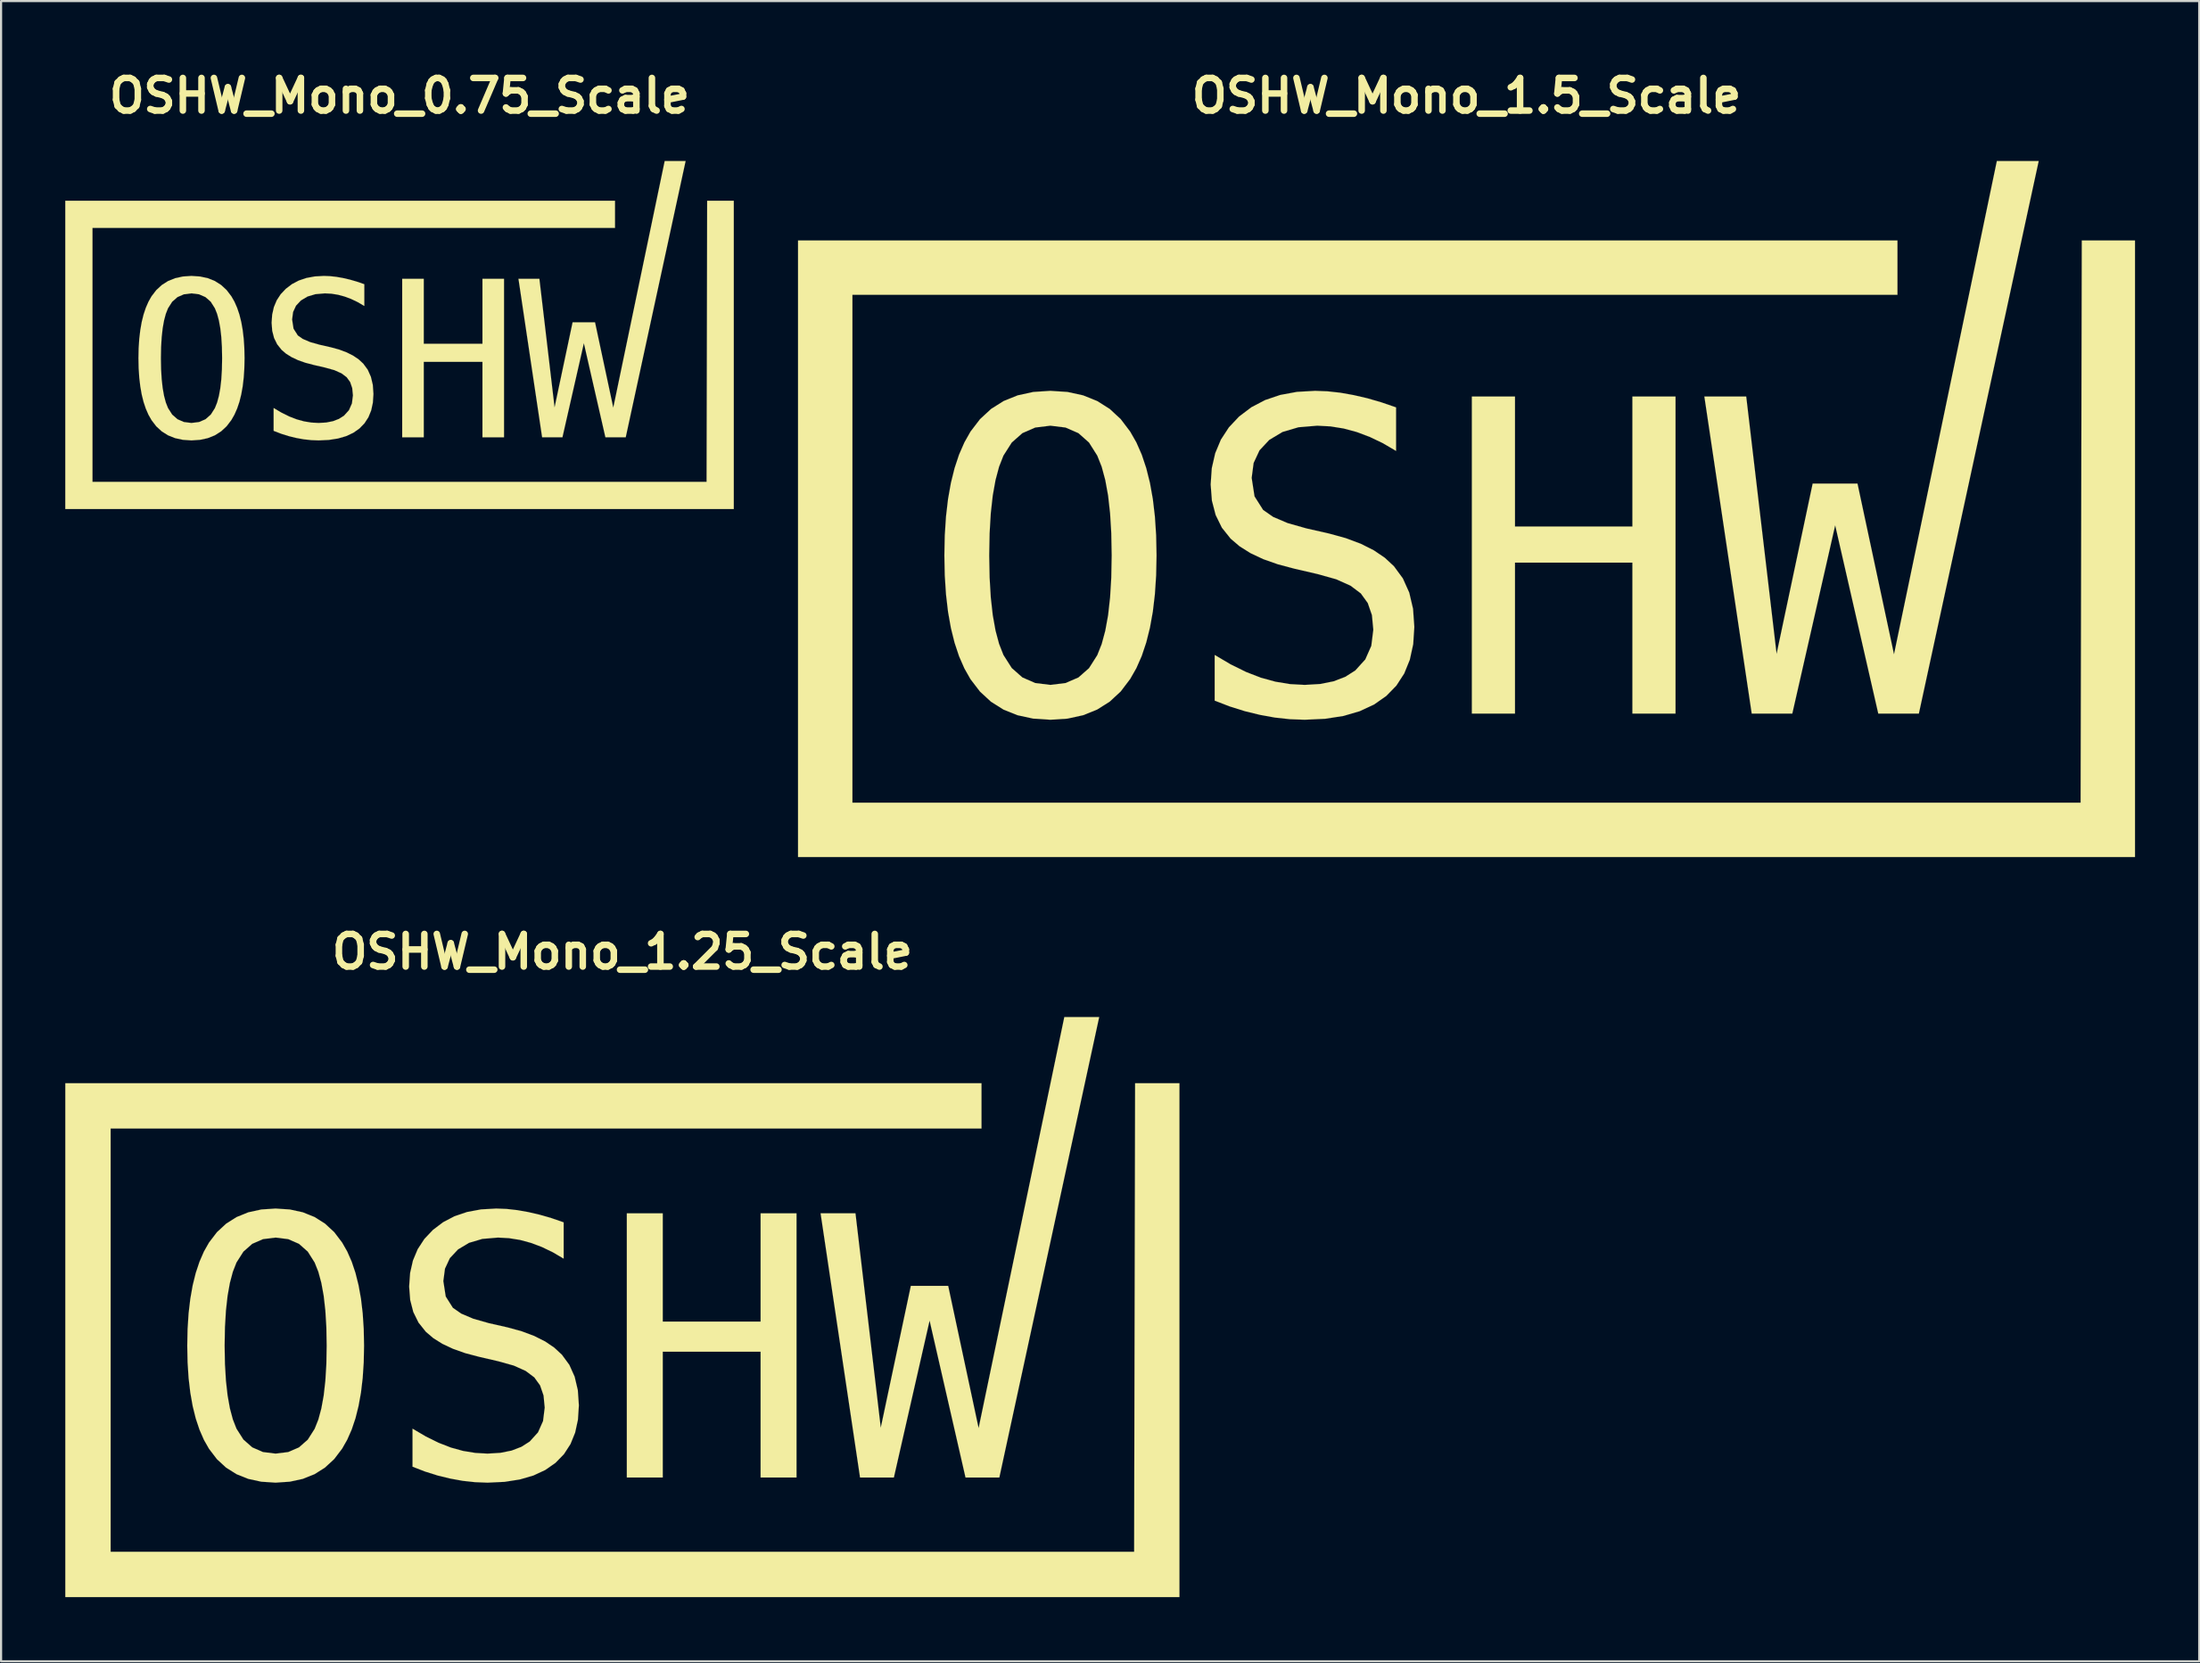
<source format=kicad_pcb>
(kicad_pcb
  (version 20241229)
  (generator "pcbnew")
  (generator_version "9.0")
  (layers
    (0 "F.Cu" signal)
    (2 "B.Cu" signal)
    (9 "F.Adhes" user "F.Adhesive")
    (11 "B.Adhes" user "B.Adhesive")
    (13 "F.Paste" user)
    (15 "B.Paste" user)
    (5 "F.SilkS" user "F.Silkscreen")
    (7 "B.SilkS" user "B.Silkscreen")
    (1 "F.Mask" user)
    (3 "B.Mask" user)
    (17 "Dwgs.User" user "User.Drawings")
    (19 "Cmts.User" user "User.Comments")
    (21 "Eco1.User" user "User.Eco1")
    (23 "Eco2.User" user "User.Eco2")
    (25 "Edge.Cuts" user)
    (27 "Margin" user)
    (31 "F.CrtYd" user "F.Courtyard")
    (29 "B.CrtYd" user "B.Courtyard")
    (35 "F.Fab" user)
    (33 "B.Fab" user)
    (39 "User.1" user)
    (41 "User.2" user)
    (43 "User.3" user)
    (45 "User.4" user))
  (footprint "OSHW_Mono_1.25_Scale"
    (layer "F.Cu")
    (at 26.03 58.027)
    (property "Reference" "OSHW_Mono_1.25_Scale" (at 0 -16.6 0) (layer "F.SilkS") (effects (font (size 1.524 1.524) (thickness 0.305))))
    (attr through_hole)
    (fp_poly (pts (xy 0.208 -4.38) (xy 1.887 -4.38) (xy 1.887 0.68) (xy 6.459 0.68) (xy 6.459 -4.38) (xy 8.137 -4.38) (xy 8.137 7.965) (xy 6.459 7.965) (xy 6.459 2.086) (xy 1.887 2.086) (xy 1.887 7.965) (xy 0.208 7.965) (xy 0.208 -4.38)) (stroke (width 0.003) (type solid)) (fill yes) (layer "F.SilkS"))
    (fp_poly (pts (xy 9.262 -4.38) (xy 10.891 -4.38) (xy 12.073 5.641) (xy 13.479 -0.99) (xy 15.223 -0.99) (xy 16.645 5.658) (xy 20.65 -13.552) (xy 22.279 -13.552) (xy 17.613 7.965) (xy 16.034 7.965) (xy 14.355 0.631) (xy 12.685 7.965) (xy 11.106 7.965) (xy 9.262 -4.38)) (stroke (width 0.003) (type solid)) (fill yes) (layer "F.SilkS"))
    (fp_poly (pts (xy -26.028 -10.459) (xy -26.028 -9.401) (xy -26.028 12.494) (xy -26.028 13.552) (xy -24.97 13.552) (xy 24.97 13.552) (xy 26.028 13.552) (xy 26.028 12.494) (xy 26.028 -10.459) (xy 23.957 -10.459) (xy 23.912 11.435) (xy -23.912 11.435) (xy -23.912 -8.342) (xy 16.779 -8.342) (xy 16.779 -10.459) (xy -24.97 -10.459) (xy -26.028 -10.459)) (stroke (width 0.003) (type solid)) (fill yes) (layer "F.SilkS"))
    (fp_poly (pts (xy -2.744 -3.958) (xy -2.744 -2.263) (xy -3.252 -2.562) (xy -3.762 -2.807) (xy -4.273 -2.999) (xy -4.782 -3.137) (xy -5.295 -3.219) (xy -5.811 -3.247) (xy -6.544 -3.185) (xy -7.167 -3.001) (xy -7.68 -2.693) (xy -8.061 -2.286) (xy -8.29 -1.793) (xy -8.366 -1.213) (xy -8.254 -0.492) (xy -7.92 0.036) (xy -7.53 0.307) (xy -6.968 0.546) (xy -6.233 0.755) (xy -5.356 0.953) (xy -4.7 1.134) (xy -4.118 1.352) (xy -3.612 1.606) (xy -3.182 1.898) (xy -2.826 2.227) (xy -2.479 2.7) (xy -2.231 3.252) (xy -2.082 3.882) (xy -2.033 4.591) (xy -2.076 5.262) (xy -2.207 5.867) (xy -2.425 6.404) (xy -2.731 6.875) (xy -3.124 7.279) (xy -3.6 7.612) (xy -4.156 7.871) (xy -4.791 8.056) (xy -5.505 8.168) (xy -6.299 8.205) (xy -6.879 8.183) (xy -7.46 8.12) (xy -8.044 8.014) (xy -8.629 7.872) (xy -9.216 7.687) (xy -9.805 7.46) (xy -9.805 5.683) (xy -9.183 6.049) (xy -8.585 6.344) (xy -8.011 6.567) (xy -7.442 6.724) (xy -6.871 6.817) (xy -6.299 6.849) (xy -5.702 6.813) (xy -5.175 6.708) (xy -4.718 6.532) (xy -4.331 6.286) (xy -3.941 5.856) (xy -3.706 5.327) (xy -3.628 4.699) (xy -3.683 4.13) (xy -3.845 3.659) (xy -4.116 3.285) (xy -4.516 2.985) (xy -5.075 2.734) (xy -5.795 2.533) (xy -6.688 2.326) (xy -7.338 2.155) (xy -7.913 1.951) (xy -8.412 1.717) (xy -8.836 1.45) (xy -9.185 1.152) (xy -9.525 0.725) (xy -9.768 0.232) (xy -9.913 -0.329) (xy -9.962 -0.957) (xy -9.917 -1.592) (xy -9.785 -2.174) (xy -9.563 -2.703) (xy -9.253 -3.179) (xy -8.854 -3.602) (xy -8.378 -3.963) (xy -7.844 -4.243) (xy -7.252 -4.443) (xy -6.602 -4.563) (xy -5.894 -4.603) (xy -5.412 -4.585) (xy -4.913 -4.529) (xy -4.397 -4.438) (xy -3.864 -4.314) (xy -3.313 -4.155) (xy -2.744 -3.958)) (stroke (width 0.003) (type solid)) (fill yes) (layer "F.SilkS"))
    (fp_poly (pts (xy -13.815 1.805) (xy -12.07 1.805) (xy -12.086 2.586) (xy -12.134 3.315) (xy -12.214 3.993) (xy -12.327 4.62) (xy -12.471 5.196) (xy -12.647 5.721) (xy -12.855 6.195) (xy -13.095 6.617) (xy -13.464 7.102) (xy -13.893 7.499) (xy -14.381 7.808) (xy -14.929 8.028) (xy -15.537 8.16) (xy -16.204 8.205) (xy -16.872 8.161) (xy -17.479 8.029) (xy -18.027 7.81) (xy -18.516 7.503) (xy -18.944 7.108) (xy -19.313 6.625) (xy -19.552 6.205) (xy -19.758 5.732) (xy -19.933 5.207) (xy -20.076 4.631) (xy -20.187 4.002) (xy -20.267 3.322) (xy -20.314 2.589) (xy -20.33 1.805) (xy -20.314 1.022) (xy -20.267 0.291) (xy -20.187 -0.388) (xy -20.076 -1.017) (xy -19.933 -1.593) (xy -19.758 -2.119) (xy -19.552 -2.593) (xy -19.313 -3.015) (xy -18.942 -3.5) (xy -18.512 -3.897) (xy -18.023 -4.206) (xy -17.476 -4.427) (xy -16.869 -4.559) (xy -16.204 -4.603) (xy -15.537 -4.559) (xy -14.929 -4.427) (xy -14.381 -4.206) (xy -13.893 -3.897) (xy -13.464 -3.5) (xy -13.095 -3.015) (xy -12.855 -2.593) (xy -12.647 -2.119) (xy -12.471 -1.593) (xy -12.327 -1.017) (xy -12.214 -0.388) (xy -12.134 0.291) (xy -12.086 1.022) (xy -12.07 1.805) (xy -13.815 1.805) (xy -13.83 0.941) (xy -13.877 0.164) (xy -13.955 -0.527) (xy -14.065 -1.131) (xy -14.205 -1.649) (xy -14.377 -2.081) (xy -14.699 -2.591) (xy -15.111 -2.955) (xy -15.613 -3.174) (xy -16.204 -3.247) (xy -16.793 -3.174) (xy -17.294 -2.955) (xy -17.707 -2.591) (xy -18.032 -2.081) (xy -18.201 -1.649) (xy -18.339 -1.131) (xy -18.447 -0.527) (xy -18.524 0.164) (xy -18.57 0.941) (xy -18.586 1.805) (xy -18.57 2.666) (xy -18.524 3.441) (xy -18.447 4.13) (xy -18.339 4.734) (xy -18.201 5.251) (xy -18.032 5.683) (xy -17.707 6.193) (xy -17.294 6.557) (xy -16.793 6.776) (xy -16.204 6.849) (xy -15.613 6.776) (xy -15.111 6.559) (xy -14.699 6.197) (xy -14.377 5.691) (xy -14.205 5.259) (xy -14.065 4.741) (xy -13.955 4.137) (xy -13.877 3.446) (xy -13.83 2.669) (xy -13.815 1.805)) (stroke (width 0.003) (type solid)) (fill yes) (layer "F.SilkS")))
  (footprint "OSHW_Mono_0.75_Scale"
    (layer "F.Cu")
    (at 15.618 12.606)
    (property "Reference" "OSHW_Mono_0.75_Scale" (at 0 -11.179 0) (layer "F.SilkS") (effects (font (size 1.524 1.524) (thickness 0.305))))
    (attr through_hole)
    (fp_poly (pts (xy 0.125 -2.628) (xy 1.132 -2.628) (xy 1.132 0.408) (xy 3.875 0.408) (xy 3.875 -2.628) (xy 4.882 -2.628) (xy 4.882 4.779) (xy 3.875 4.779) (xy 3.875 1.252) (xy 1.132 1.252) (xy 1.132 4.779) (xy 0.125 4.779) (xy 0.125 -2.628)) (stroke (width 0.003) (type solid)) (fill yes) (layer "F.SilkS"))
    (fp_poly (pts (xy 5.557 -2.628) (xy 6.534 -2.628) (xy 7.244 3.385) (xy 8.087 -0.594) (xy 9.134 -0.594) (xy 9.987 3.395) (xy 12.39 -8.131) (xy 13.367 -8.131) (xy 10.568 4.779) (xy 9.62 4.779) (xy 8.613 0.379) (xy 7.611 4.779) (xy 6.663 4.779) (xy 5.557 -2.628)) (stroke (width 0.003) (type solid)) (fill yes) (layer "F.SilkS"))
    (fp_poly (pts (xy -15.617 -6.275) (xy -15.617 -5.64) (xy -15.617 7.496) (xy -15.617 8.131) (xy -14.982 8.131) (xy 14.982 8.131) (xy 15.617 8.131) (xy 15.617 7.496) (xy 15.617 -6.275) (xy 14.374 -6.275) (xy 14.347 6.861) (xy -14.347 6.861) (xy -14.347 -5.005) (xy 10.067 -5.005) (xy 10.067 -6.275) (xy -14.982 -6.275) (xy -15.617 -6.275)) (stroke (width 0.003) (type solid)) (fill yes) (layer "F.SilkS"))
    (fp_poly (pts (xy -1.646 -2.375) (xy -1.646 -1.358) (xy -1.951 -1.537) (xy -2.257 -1.684) (xy -2.564 -1.799) (xy -2.869 -1.882) (xy -3.177 -1.932) (xy -3.487 -1.948) (xy -3.927 -1.911) (xy -4.3 -1.8) (xy -4.608 -1.616) (xy -4.837 -1.372) (xy -4.974 -1.076) (xy -5.02 -0.728) (xy -4.953 -0.295) (xy -4.752 0.021) (xy -4.518 0.184) (xy -4.181 0.328) (xy -3.74 0.453) (xy -3.214 0.572) (xy -2.82 0.68) (xy -2.471 0.811) (xy -2.167 0.964) (xy -1.909 1.139) (xy -1.696 1.336) (xy -1.487 1.62) (xy -1.339 1.951) (xy -1.249 2.329) (xy -1.22 2.755) (xy -1.246 3.157) (xy -1.324 3.52) (xy -1.455 3.842) (xy -1.639 4.125) (xy -1.874 4.367) (xy -2.16 4.567) (xy -2.494 4.723) (xy -2.875 4.834) (xy -3.303 4.901) (xy -3.779 4.923) (xy -4.127 4.91) (xy -4.476 4.872) (xy -4.826 4.809) (xy -5.177 4.723) (xy -5.53 4.612) (xy -5.883 4.476) (xy -5.883 3.41) (xy -5.51 3.63) (xy -5.151 3.807) (xy -4.806 3.94) (xy -4.465 4.034) (xy -4.123 4.09) (xy -3.779 4.109) (xy -3.421 4.088) (xy -3.105 4.025) (xy -2.831 3.919) (xy -2.599 3.772) (xy -2.364 3.514) (xy -2.224 3.196) (xy -2.177 2.819) (xy -2.21 2.478) (xy -2.307 2.195) (xy -2.47 1.971) (xy -2.709 1.791) (xy -3.045 1.64) (xy -3.477 1.52) (xy -4.013 1.396) (xy -4.403 1.293) (xy -4.748 1.171) (xy -5.047 1.03) (xy -5.302 0.87) (xy -5.511 0.691) (xy -5.715 0.435) (xy -5.861 0.139) (xy -5.948 -0.197) (xy -5.977 -0.574) (xy -5.95 -0.955) (xy -5.871 -1.304) (xy -5.738 -1.622) (xy -5.552 -1.907) (xy -5.312 -2.161) (xy -5.027 -2.378) (xy -4.707 -2.546) (xy -4.351 -2.666) (xy -3.961 -2.738) (xy -3.536 -2.762) (xy -3.247 -2.751) (xy -2.948 -2.718) (xy -2.638 -2.663) (xy -2.319 -2.589) (xy -1.988 -2.493) (xy -1.646 -2.375)) (stroke (width 0.003) (type solid)) (fill yes) (layer "F.SilkS"))
    (fp_poly (pts (xy -8.289 1.083) (xy -7.242 1.083) (xy -7.252 1.551) (xy -7.281 1.989) (xy -7.329 2.396) (xy -7.396 2.772) (xy -7.482 3.118) (xy -7.588 3.433) (xy -7.713 3.717) (xy -7.857 3.97) (xy -8.079 4.261) (xy -8.336 4.499) (xy -8.629 4.685) (xy -8.958 4.817) (xy -9.322 4.896) (xy -9.723 4.923) (xy -10.123 4.896) (xy -10.488 4.817) (xy -10.816 4.686) (xy -11.109 4.502) (xy -11.367 4.265) (xy -11.588 3.975) (xy -11.731 3.723) (xy -11.855 3.439) (xy -11.96 3.124) (xy -12.046 2.778) (xy -12.112 2.401) (xy -12.16 1.993) (xy -12.189 1.554) (xy -12.198 1.083) (xy -12.189 0.613) (xy -12.16 0.175) (xy -12.112 -0.233) (xy -12.046 -0.61) (xy -11.96 -0.956) (xy -11.855 -1.271) (xy -11.731 -1.556) (xy -11.588 -1.809) (xy -11.365 -2.1) (xy -11.107 -2.338) (xy -10.814 -2.524) (xy -10.485 -2.656) (xy -10.122 -2.735) (xy -9.723 -2.762) (xy -9.322 -2.735) (xy -8.958 -2.656) (xy -8.629 -2.524) (xy -8.336 -2.338) (xy -8.079 -2.1) (xy -7.857 -1.809) (xy -7.713 -1.556) (xy -7.588 -1.271) (xy -7.482 -0.956) (xy -7.396 -0.61) (xy -7.329 -0.233) (xy -7.281 0.175) (xy -7.252 0.613) (xy -7.242 1.083) (xy -8.289 1.083) (xy -8.298 0.565) (xy -8.326 0.099) (xy -8.373 -0.316) (xy -8.439 -0.679) (xy -8.523 -0.99) (xy -8.626 -1.249) (xy -8.819 -1.555) (xy -9.067 -1.773) (xy -9.368 -1.904) (xy -9.723 -1.948) (xy -10.076 -1.904) (xy -10.376 -1.773) (xy -10.624 -1.555) (xy -10.819 -1.249) (xy -10.921 -0.99) (xy -11.004 -0.679) (xy -11.068 -0.316) (xy -11.114 0.099) (xy -11.142 0.565) (xy -11.151 1.083) (xy -11.142 1.6) (xy -11.114 2.065) (xy -11.068 2.478) (xy -11.004 2.84) (xy -10.921 3.151) (xy -10.819 3.41) (xy -10.624 3.716) (xy -10.376 3.934) (xy -10.076 4.065) (xy -9.723 4.109) (xy -9.368 4.066) (xy -9.067 3.936) (xy -8.819 3.718) (xy -8.626 3.415) (xy -8.523 3.156) (xy -8.439 2.845) (xy -8.373 2.482) (xy -8.326 2.067) (xy -8.298 1.601) (xy -8.289 1.083)) (stroke (width 0.003) (type solid)) (fill yes) (layer "F.SilkS")))
  (footprint "OSHW_Mono_1.5_Scale"
    (layer "F.Cu")
    (at 65.472 20.737)
    (property "Reference" "OSHW_Mono_1.5_Scale" (at 0 -19.31 0) (layer "F.SilkS") (effects (font (size 1.524 1.524) (thickness 0.305))))
    (attr through_hole)
    (fp_poly (pts (xy 0.25 -5.256) (xy 2.264 -5.256) (xy 2.264 0.817) (xy 7.751 0.817) (xy 7.751 -5.256) (xy 9.765 -5.256) (xy 9.765 9.558) (xy 7.751 9.558) (xy 7.751 2.503) (xy 2.264 2.503) (xy 2.264 9.558) (xy 0.25 9.558) (xy 0.25 -5.256)) (stroke (width 0.003) (type solid)) (fill yes) (layer "F.SilkS"))
    (fp_poly (pts (xy 11.114 -5.256) (xy 13.069 -5.256) (xy 14.488 6.77) (xy 16.174 -1.188) (xy 18.268 -1.188) (xy 19.974 6.79) (xy 24.78 -16.262) (xy 26.735 -16.262) (xy 21.135 9.558) (xy 19.24 9.558) (xy 17.226 0.757) (xy 15.222 9.558) (xy 13.327 9.558) (xy 11.114 -5.256)) (stroke (width 0.003) (type solid)) (fill yes) (layer "F.SilkS"))
    (fp_poly (pts (xy -31.234 -12.551) (xy -31.234 -11.281) (xy -31.234 14.992) (xy -31.234 16.262) (xy -29.964 16.262) (xy 29.964 16.262) (xy 31.234 16.262) (xy 31.234 14.992) (xy 31.234 -12.551) (xy 28.749 -12.551) (xy 28.694 13.722) (xy -28.694 13.722) (xy -28.694 -10.011) (xy 20.135 -10.011) (xy 20.135 -12.551) (xy -29.964 -12.551) (xy -31.234 -12.551)) (stroke (width 0.003) (type solid)) (fill yes) (layer "F.SilkS"))
    (fp_poly (pts (xy -3.292 -4.75) (xy -3.292 -2.716) (xy -3.902 -3.074) (xy -4.514 -3.368) (xy -5.128 -3.599) (xy -5.739 -3.764) (xy -6.354 -3.863) (xy -6.973 -3.896) (xy -7.853 -3.822) (xy -8.601 -3.601) (xy -9.216 -3.232) (xy -9.673 -2.743) (xy -9.948 -2.151) (xy -10.039 -1.456) (xy -9.905 -0.59) (xy -9.503 0.043) (xy -9.036 0.368) (xy -8.361 0.656) (xy -7.479 0.906) (xy -6.428 1.144) (xy -5.64 1.361) (xy -4.942 1.622) (xy -4.335 1.927) (xy -3.818 2.277) (xy -3.392 2.672) (xy -2.975 3.24) (xy -2.677 3.902) (xy -2.499 4.659) (xy -2.439 5.51) (xy -2.491 6.315) (xy -2.649 7.04) (xy -2.911 7.685) (xy -3.277 8.25) (xy -3.749 8.734) (xy -4.32 9.134) (xy -4.987 9.445) (xy -5.749 9.668) (xy -6.606 9.801) (xy -7.559 9.845) (xy -8.254 9.82) (xy -8.952 9.744) (xy -9.652 9.617) (xy -10.355 9.446) (xy -11.059 9.225) (xy -11.766 8.953) (xy -11.766 6.819) (xy -11.019 7.259) (xy -10.302 7.613) (xy -9.613 7.881) (xy -8.93 8.068) (xy -8.246 8.181) (xy -7.559 8.218) (xy -6.842 8.176) (xy -6.209 8.05) (xy -5.661 7.839) (xy -5.197 7.544) (xy -4.729 7.028) (xy -4.448 6.393) (xy -4.354 5.639) (xy -4.419 4.956) (xy -4.614 4.391) (xy -4.939 3.942) (xy -5.419 3.581) (xy -6.09 3.281) (xy -6.954 3.039) (xy -8.025 2.791) (xy -8.805 2.585) (xy -9.495 2.342) (xy -10.094 2.06) (xy -10.603 1.74) (xy -11.022 1.382) (xy -11.43 0.871) (xy -11.721 0.278) (xy -11.896 -0.394) (xy -11.954 -1.148) (xy -11.901 -1.91) (xy -11.741 -2.608) (xy -11.476 -3.243) (xy -11.103 -3.815) (xy -10.625 -4.323) (xy -10.054 -4.755) (xy -9.413 -5.091) (xy -8.703 -5.331) (xy -7.923 -5.475) (xy -7.073 -5.523) (xy -6.494 -5.501) (xy -5.895 -5.435) (xy -5.277 -5.325) (xy -4.637 -5.177) (xy -3.976 -4.985) (xy -3.292 -4.75)) (stroke (width 0.003) (type solid)) (fill yes) (layer "F.SilkS"))
    (fp_poly (pts (xy -16.578 2.166) (xy -14.484 2.166) (xy -14.503 3.103) (xy -14.561 3.978) (xy -14.657 4.792) (xy -14.792 5.544) (xy -14.965 6.235) (xy -15.176 6.865) (xy -15.426 7.434) (xy -15.715 7.94) (xy -16.157 8.523) (xy -16.671 8.999) (xy -17.257 9.369) (xy -17.915 9.634) (xy -18.644 9.793) (xy -19.445 9.845) (xy -20.246 9.793) (xy -20.975 9.635) (xy -21.633 9.372) (xy -22.219 9.003) (xy -22.733 8.529) (xy -23.176 7.95) (xy -23.462 7.445) (xy -23.71 6.878) (xy -23.919 6.249) (xy -24.091 5.557) (xy -24.225 4.803) (xy -24.32 3.986) (xy -24.377 3.107) (xy -24.396 2.166) (xy -24.377 1.227) (xy -24.32 0.35) (xy -24.225 -0.466) (xy -24.091 -1.22) (xy -23.919 -1.912) (xy -23.71 -2.543) (xy -23.462 -3.111) (xy -23.176 -3.618) (xy -22.73 -4.201) (xy -22.214 -4.677) (xy -21.628 -5.047) (xy -20.971 -5.312) (xy -20.243 -5.471) (xy -19.445 -5.523) (xy -18.644 -5.471) (xy -17.915 -5.312) (xy -17.257 -5.047) (xy -16.671 -4.677) (xy -16.157 -4.201) (xy -15.715 -3.618) (xy -15.426 -3.111) (xy -15.176 -2.543) (xy -14.965 -1.912) (xy -14.792 -1.22) (xy -14.657 -0.466) (xy -14.561 0.35) (xy -14.503 1.227) (xy -14.484 2.166) (xy -16.578 2.166) (xy -16.597 1.13) (xy -16.653 0.197) (xy -16.746 -0.632) (xy -16.878 -1.357) (xy -17.046 -1.979) (xy -17.252 -2.497) (xy -17.639 -3.109) (xy -18.133 -3.547) (xy -18.735 -3.809) (xy -19.445 -3.896) (xy -20.152 -3.809) (xy -20.752 -3.547) (xy -21.248 -3.109) (xy -21.638 -2.497) (xy -21.841 -1.979) (xy -22.007 -1.357) (xy -22.137 -0.632) (xy -22.229 0.197) (xy -22.284 1.13) (xy -22.303 2.166) (xy -22.284 3.199) (xy -22.229 4.129) (xy -22.137 4.956) (xy -22.007 5.681) (xy -21.841 6.301) (xy -21.638 6.819) (xy -21.248 7.431) (xy -20.752 7.869) (xy -20.152 8.131) (xy -19.445 8.218) (xy -18.735 8.131) (xy -18.133 7.871) (xy -17.639 7.437) (xy -17.252 6.829) (xy -17.046 6.311) (xy -16.878 5.689) (xy -16.746 4.964) (xy -16.653 4.135) (xy -16.597 3.202) (xy -16.578 2.166)) (stroke (width 0.003) (type solid)) (fill yes) (layer "F.SilkS")))
  (gr_rect
    (start -3 -3)
    (end 99.707 74.58)
    (stroke (width 0.1) (type default))
    (fill no)
    (layer "Edge.Cuts")))
</source>
